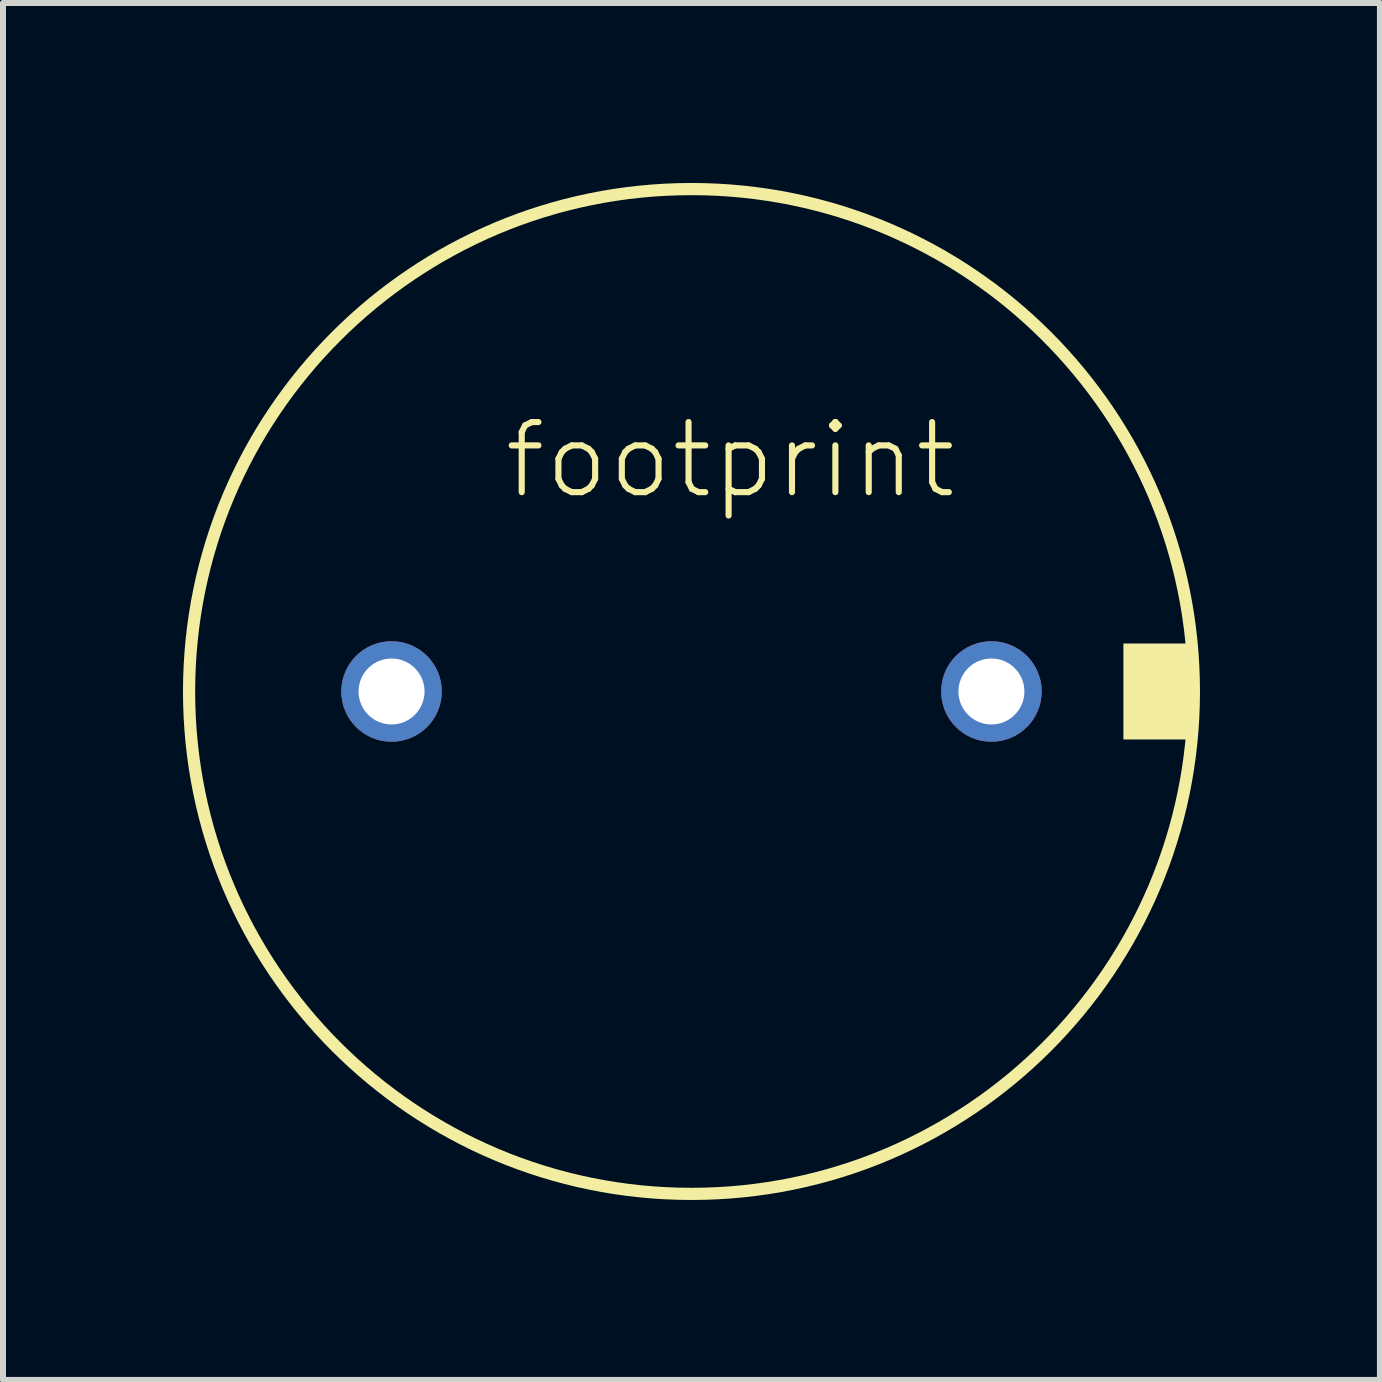
<source format=kicad_pcb>
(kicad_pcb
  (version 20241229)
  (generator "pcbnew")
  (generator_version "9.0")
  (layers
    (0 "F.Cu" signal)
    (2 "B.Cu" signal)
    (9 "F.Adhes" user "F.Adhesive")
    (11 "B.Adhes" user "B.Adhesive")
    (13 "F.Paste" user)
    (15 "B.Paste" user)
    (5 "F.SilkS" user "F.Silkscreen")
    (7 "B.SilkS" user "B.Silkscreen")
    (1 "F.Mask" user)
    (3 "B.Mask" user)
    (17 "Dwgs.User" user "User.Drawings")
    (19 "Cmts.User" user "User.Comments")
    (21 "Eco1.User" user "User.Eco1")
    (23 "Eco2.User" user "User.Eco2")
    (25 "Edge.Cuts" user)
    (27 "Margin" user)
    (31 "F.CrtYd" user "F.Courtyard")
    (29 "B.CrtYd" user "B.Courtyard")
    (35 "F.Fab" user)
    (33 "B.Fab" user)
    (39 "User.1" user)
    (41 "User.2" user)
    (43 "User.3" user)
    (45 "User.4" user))
  (footprint "footprint"
    (layer "F.Cu")
    (at 8.477 8.477)
    (property "Reference" "footprint" (at -3.175 -3.175 0) (layer "F.SilkS") (effects (font (size 1.168 1.168) (thickness 0.102)) (justify left bottom)))
    (fp_circle (center 0 0) (end 8.375 0) (stroke (width 0.203) (type solid)) (fill no) (layer "F.SilkS"))
    (fp_poly (pts (xy 7.2 0.8) (xy 8.375 0.8) (xy 8.375 -0.8) (xy 7.2 -0.8)) (stroke (width 0) (type solid)) (fill yes) (layer "F.SilkS"))
    (pad "1" thru_hole circle (at -5 0) (size 1.676 1.676) (drill 1.1) (layers "*.Cu" "*.Mask"))
    (pad "2" thru_hole circle (at 5 0) (size 1.676 1.676) (drill 1.1) (layers "*.Cu" "*.Mask")))
  (gr_rect
    (start -3 -3)
    (end 19.953 19.953)
    (stroke (width 0.1) (type default))
    (fill no)
    (layer "Edge.Cuts")))
</source>
